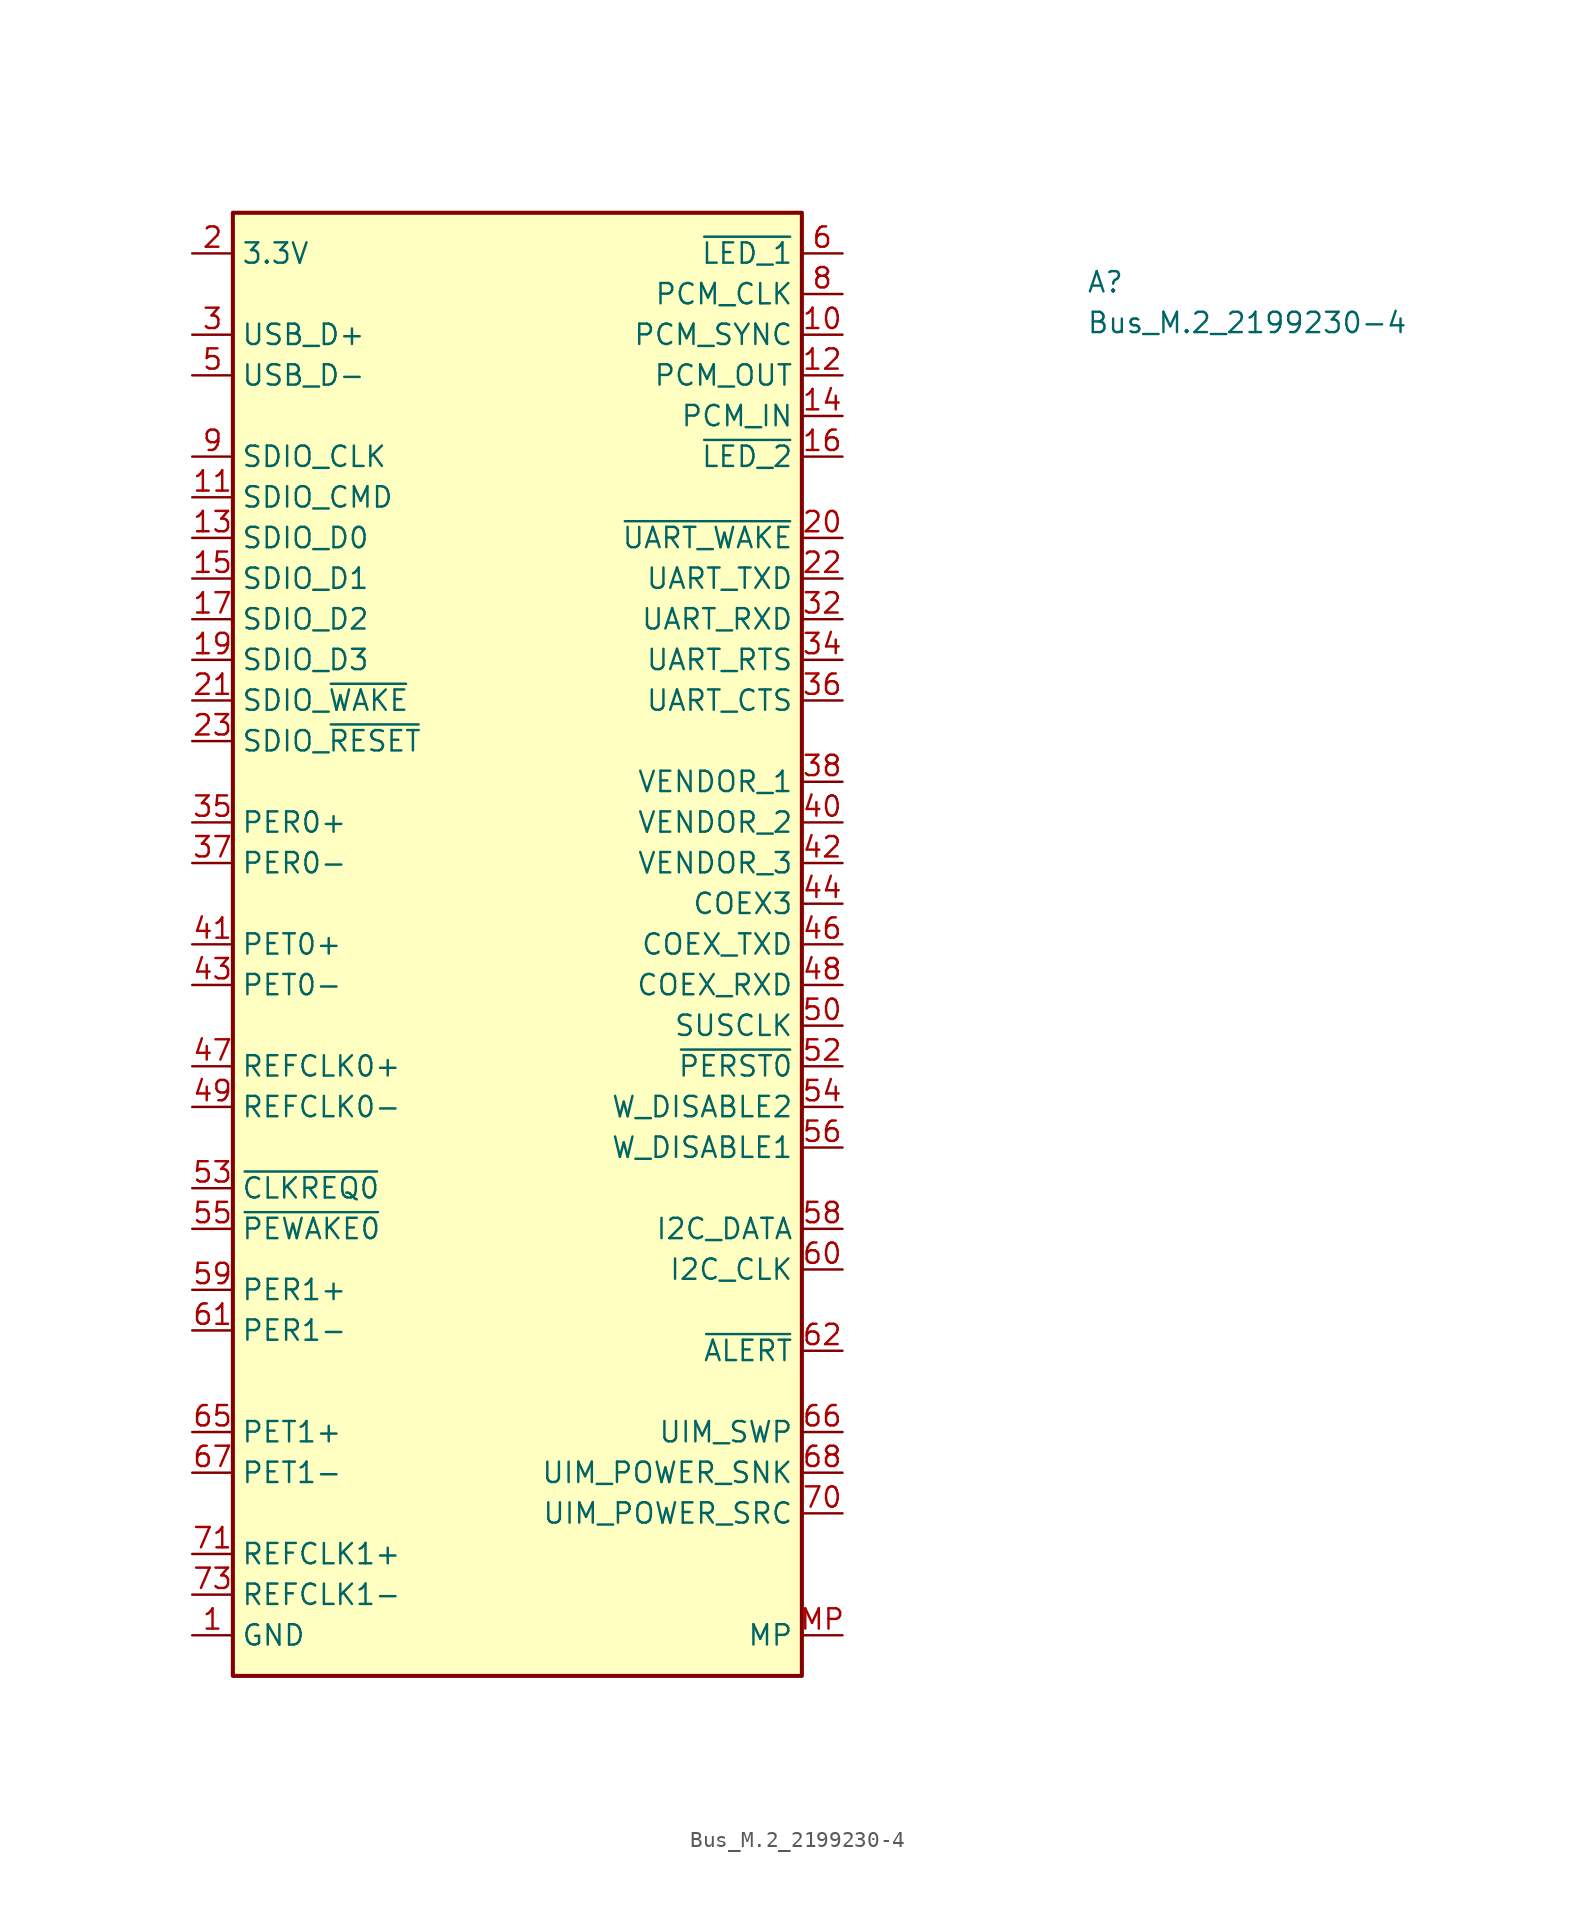
<source format=kicad_sym>
(kicad_symbol_lib
  (version 20211014)
  (generator kicad_symbol_editor)
  (symbol "Bus_M.2_2199230-4"
    (property "Reference" "A"
      (at 55.88 -2.54 0)
      (effects (font (size 1.27 1.27) (thickness 0.15)) (justify left bottom)))
    (property "Value" "Bus_M.2_2199230-4"
      (at 55.88 -5.08 0)
      (effects (font (size 1.27 1.27) (thickness 0.15)) (justify left bottom)))
    (symbol "Bus_M.2_2199230-4_1_1"
      (rectangle (start 2.54 2.54) (end 38.1 -88.9) (stroke (width 0.254) (type default) (color 0 0 0 0)) (fill (type background)))
      (pin power_in line (at 0 -86.36 0) (length 2.54) (name "GND" (effects (font (size 1.27 1.27)))) (number "1" (effects (font (size 1.27 1.27)))))
      (pin bidirectional line (at 40.64 -5.08 180) (length 2.54) (name "PCM_SYNC" (effects (font (size 1.27 1.27)))) (number "10" (effects (font (size 1.27 1.27)))))
      (pin bidirectional line (at 0 -15.24 0) (length 2.54) (name "SDIO_CMD" (effects (font (size 1.27 1.27)))) (number "11" (effects (font (size 1.27 1.27)))))
      (pin bidirectional line (at 40.64 -7.62 180) (length 2.54) (name "PCM_OUT" (effects (font (size 1.27 1.27)))) (number "12" (effects (font (size 1.27 1.27)))))
      (pin bidirectional line (at 0 -17.78 0) (length 2.54) (name "SDIO_D0" (effects (font (size 1.27 1.27)))) (number "13" (effects (font (size 1.27 1.27)))))
      (pin bidirectional line (at 40.64 -10.16 180) (length 2.54) (name "PCM_IN" (effects (font (size 1.27 1.27)))) (number "14" (effects (font (size 1.27 1.27)))))
      (pin bidirectional line (at 0 -20.32 0) (length 2.54) (name "SDIO_D1" (effects (font (size 1.27 1.27)))) (number "15" (effects (font (size 1.27 1.27)))))
      (pin output line (at 40.64 -12.7 180) (length 2.54) (name "~{LED_2}" (effects (font (size 1.27 1.27)))) (number "16" (effects (font (size 1.27 1.27)))))
      (pin bidirectional line (at 0 -22.86 0) (length 2.54) (name "SDIO_D2" (effects (font (size 1.27 1.27)))) (number "17" (effects (font (size 1.27 1.27)))))
      (pin passive line (at 0 -86.36 0) (length 2.54) hide (name "GND" (effects (font (size 1.27 1.27)))) (number "18" (effects (font (size 1.27 1.27)))))
      (pin bidirectional line (at 0 -25.4 0) (length 2.54) (name "SDIO_D3" (effects (font (size 1.27 1.27)))) (number "19" (effects (font (size 1.27 1.27)))))
      (pin power_in line (at 0 0 0) (length 2.54) (name "3.3V" (effects (font (size 1.27 1.27)))) (number "2" (effects (font (size 1.27 1.27)))))
      (pin output line (at 40.64 -17.78 180) (length 2.54) (name "~{UART_WAKE}" (effects (font (size 1.27 1.27)))) (number "20" (effects (font (size 1.27 1.27)))))
      (pin bidirectional line (at 0 -27.94 0) (length 2.54) (name "SDIO_~{WAKE}" (effects (font (size 1.27 1.27)))) (number "21" (effects (font (size 1.27 1.27)))))
      (pin bidirectional line (at 40.64 -20.32 180) (length 2.54) (name "UART_TXD" (effects (font (size 1.27 1.27)))) (number "22" (effects (font (size 1.27 1.27)))))
      (pin input line (at 0 -30.48 0) (length 2.54) (name "SDIO_~{RESET}" (effects (font (size 1.27 1.27)))) (number "23" (effects (font (size 1.27 1.27)))))
      (pin bidirectional line (at 0 -5.08 0) (length 2.54) (name "USB_D+" (effects (font (size 1.27 1.27)))) (number "3" (effects (font (size 1.27 1.27)))))
      (pin bidirectional line (at 40.64 -22.86 180) (length 2.54) (name "UART_RXD" (effects (font (size 1.27 1.27)))) (number "32" (effects (font (size 1.27 1.27)))))
      (pin passive line (at 0 -86.36 0) (length 2.54) hide (name "GND" (effects (font (size 1.27 1.27)))) (number "33" (effects (font (size 1.27 1.27)))))
      (pin bidirectional line (at 40.64 -25.4 180) (length 2.54) (name "UART_RTS" (effects (font (size 1.27 1.27)))) (number "34" (effects (font (size 1.27 1.27)))))
      (pin input line (at 0 -35.56 0) (length 2.54) (name "PER0+" (effects (font (size 1.27 1.27)))) (number "35" (effects (font (size 1.27 1.27)))))
      (pin bidirectional line (at 40.64 -27.94 180) (length 2.54) (name "UART_CTS" (effects (font (size 1.27 1.27)))) (number "36" (effects (font (size 1.27 1.27)))))
      (pin input line (at 0 -38.1 0) (length 2.54) (name "PER0-" (effects (font (size 1.27 1.27)))) (number "37" (effects (font (size 1.27 1.27)))))
      (pin bidirectional line (at 40.64 -33.02 180) (length 2.54) (name "VENDOR_1" (effects (font (size 1.27 1.27)))) (number "38" (effects (font (size 1.27 1.27)))))
      (pin passive line (at 0 -86.36 0) (length 2.54) hide (name "GND" (effects (font (size 1.27 1.27)))) (number "39" (effects (font (size 1.27 1.27)))))
      (pin passive line (at 0 0 0) (length 2.54) hide (name "3.3V" (effects (font (size 1.27 1.27)))) (number "4" (effects (font (size 1.27 1.27)))))
      (pin bidirectional line (at 40.64 -35.56 180) (length 2.54) (name "VENDOR_2" (effects (font (size 1.27 1.27)))) (number "40" (effects (font (size 1.27 1.27)))))
      (pin output line (at 0 -43.18 0) (length 2.54) (name "PET0+" (effects (font (size 1.27 1.27)))) (number "41" (effects (font (size 1.27 1.27)))))
      (pin bidirectional line (at 40.64 -38.1 180) (length 2.54) (name "VENDOR_3" (effects (font (size 1.27 1.27)))) (number "42" (effects (font (size 1.27 1.27)))))
      (pin output line (at 0 -45.72 0) (length 2.54) (name "PET0-" (effects (font (size 1.27 1.27)))) (number "43" (effects (font (size 1.27 1.27)))))
      (pin bidirectional line (at 40.64 -40.64 180) (length 2.54) (name "COEX3" (effects (font (size 1.27 1.27)))) (number "44" (effects (font (size 1.27 1.27)))))
      (pin passive line (at 0 -86.36 0) (length 2.54) hide (name "GND" (effects (font (size 1.27 1.27)))) (number "45" (effects (font (size 1.27 1.27)))))
      (pin bidirectional line (at 40.64 -43.18 180) (length 2.54) (name "COEX_TXD" (effects (font (size 1.27 1.27)))) (number "46" (effects (font (size 1.27 1.27)))))
      (pin input line (at 0 -50.8 0) (length 2.54) (name "REFCLK0+" (effects (font (size 1.27 1.27)))) (number "47" (effects (font (size 1.27 1.27)))))
      (pin bidirectional line (at 40.64 -45.72 180) (length 2.54) (name "COEX_RXD" (effects (font (size 1.27 1.27)))) (number "48" (effects (font (size 1.27 1.27)))))
      (pin input line (at 0 -53.34 0) (length 2.54) (name "REFCLK0-" (effects (font (size 1.27 1.27)))) (number "49" (effects (font (size 1.27 1.27)))))
      (pin bidirectional line (at 0 -7.62 0) (length 2.54) (name "USB_D-" (effects (font (size 1.27 1.27)))) (number "5" (effects (font (size 1.27 1.27)))))
      (pin input line (at 40.64 -48.26 180) (length 2.54) (name "SUSCLK" (effects (font (size 1.27 1.27)))) (number "50" (effects (font (size 1.27 1.27)))))
      (pin passive line (at 0 -86.36 0) (length 2.54) hide (name "GND" (effects (font (size 1.27 1.27)))) (number "51" (effects (font (size 1.27 1.27)))))
      (pin input line (at 40.64 -50.8 180) (length 2.54) (name "~{PERST0}" (effects (font (size 1.27 1.27)))) (number "52" (effects (font (size 1.27 1.27)))))
      (pin output line (at 0 -58.42 0) (length 2.54) (name "~{CLKREQ0}" (effects (font (size 1.27 1.27)))) (number "53" (effects (font (size 1.27 1.27)))))
      (pin input line (at 40.64 -53.34 180) (length 2.54) (name "W_DISABLE2" (effects (font (size 1.27 1.27)))) (number "54" (effects (font (size 1.27 1.27)))))
      (pin output line (at 0 -60.96 0) (length 2.54) (name "~{PEWAKE0}" (effects (font (size 1.27 1.27)))) (number "55" (effects (font (size 1.27 1.27)))))
      (pin input line (at 40.64 -55.88 180) (length 2.54) (name "W_DISABLE1" (effects (font (size 1.27 1.27)))) (number "56" (effects (font (size 1.27 1.27)))))
      (pin passive line (at 0 -86.36 0) (length 2.54) hide (name "GND" (effects (font (size 1.27 1.27)))) (number "57" (effects (font (size 1.27 1.27)))))
      (pin bidirectional line (at 40.64 -60.96 180) (length 2.54) (name "I2C_DATA" (effects (font (size 1.27 1.27)))) (number "58" (effects (font (size 1.27 1.27)))))
      (pin input line (at 0 -64.77 0) (length 2.54) (name "PER1+" (effects (font (size 1.27 1.27)))) (number "59" (effects (font (size 1.27 1.27)))))
      (pin output line (at 40.64 0 180) (length 2.54) (name "~{LED_1}" (effects (font (size 1.27 1.27)))) (number "6" (effects (font (size 1.27 1.27)))))
      (pin bidirectional line (at 40.64 -63.5 180) (length 2.54) (name "I2C_CLK" (effects (font (size 1.27 1.27)))) (number "60" (effects (font (size 1.27 1.27)))))
      (pin input line (at 0 -67.31 0) (length 2.54) (name "PER1-" (effects (font (size 1.27 1.27)))) (number "61" (effects (font (size 1.27 1.27)))))
      (pin output line (at 40.64 -68.58 180) (length 2.54) (name "~{ALERT}" (effects (font (size 1.27 1.27)))) (number "62" (effects (font (size 1.27 1.27)))))
      (pin passive line (at 0 -86.36 0) (length 2.54) hide (name "GND" (effects (font (size 1.27 1.27)))) (number "63" (effects (font (size 1.27 1.27)))))
      (pin no_connect line (at 38.1 -71.12 180) (length 2.54) hide (name "RFU" (effects (font (size 1.27 1.27)))) (number "64" (effects (font (size 1.27 1.27)))))
      (pin output line (at 0 -73.66 0) (length 2.54) (name "PET1+" (effects (font (size 1.27 1.27)))) (number "65" (effects (font (size 1.27 1.27)))))
      (pin bidirectional line (at 40.64 -73.66 180) (length 2.54) (name "UIM_SWP" (effects (font (size 1.27 1.27)))) (number "66" (effects (font (size 1.27 1.27)))))
      (pin output line (at 0 -76.2 0) (length 2.54) (name "PET1-" (effects (font (size 1.27 1.27)))) (number "67" (effects (font (size 1.27 1.27)))))
      (pin bidirectional line (at 40.64 -76.2 180) (length 2.54) (name "UIM_POWER_SNK" (effects (font (size 1.27 1.27)))) (number "68" (effects (font (size 1.27 1.27)))))
      (pin passive line (at 0 -86.36 0) (length 2.54) hide (name "GND" (effects (font (size 1.27 1.27)))) (number "69" (effects (font (size 1.27 1.27)))))
      (pin passive line (at 0 -86.36 0) (length 2.54) hide (name "GND" (effects (font (size 1.27 1.27)))) (number "7" (effects (font (size 1.27 1.27)))))
      (pin bidirectional line (at 40.64 -78.74 180) (length 2.54) (name "UIM_POWER_SRC" (effects (font (size 1.27 1.27)))) (number "70" (effects (font (size 1.27 1.27)))))
      (pin input line (at 0 -81.28 0) (length 2.54) (name "REFCLK1+" (effects (font (size 1.27 1.27)))) (number "71" (effects (font (size 1.27 1.27)))))
      (pin passive line (at 0 0 0) (length 2.54) hide (name "3.3V" (effects (font (size 1.27 1.27)))) (number "72" (effects (font (size 1.27 1.27)))))
      (pin input line (at 0 -83.82 0) (length 2.54) (name "REFCLK1-" (effects (font (size 1.27 1.27)))) (number "73" (effects (font (size 1.27 1.27)))))
      (pin passive line (at 0 0 0) (length 2.54) hide (name "3.3V" (effects (font (size 1.27 1.27)))) (number "74" (effects (font (size 1.27 1.27)))))
      (pin passive line (at 0 -86.36 0) (length 2.54) hide (name "GND" (effects (font (size 1.27 1.27)))) (number "75" (effects (font (size 1.27 1.27)))))
      (pin bidirectional line (at 40.64 -2.54 180) (length 2.54) (name "PCM_CLK" (effects (font (size 1.27 1.27)))) (number "8" (effects (font (size 1.27 1.27)))))
      (pin input line (at 0 -12.7 0) (length 2.54) (name "SDIO_CLK" (effects (font (size 1.27 1.27)))) (number "9" (effects (font (size 1.27 1.27)))))
      (pin passive line (at 40.64 -86.36 180) (length 2.54) (name "MP" (effects (font (size 1.27 1.27)))) (number "MP" (effects (font (size 1.27 1.27))))))))
</source>
